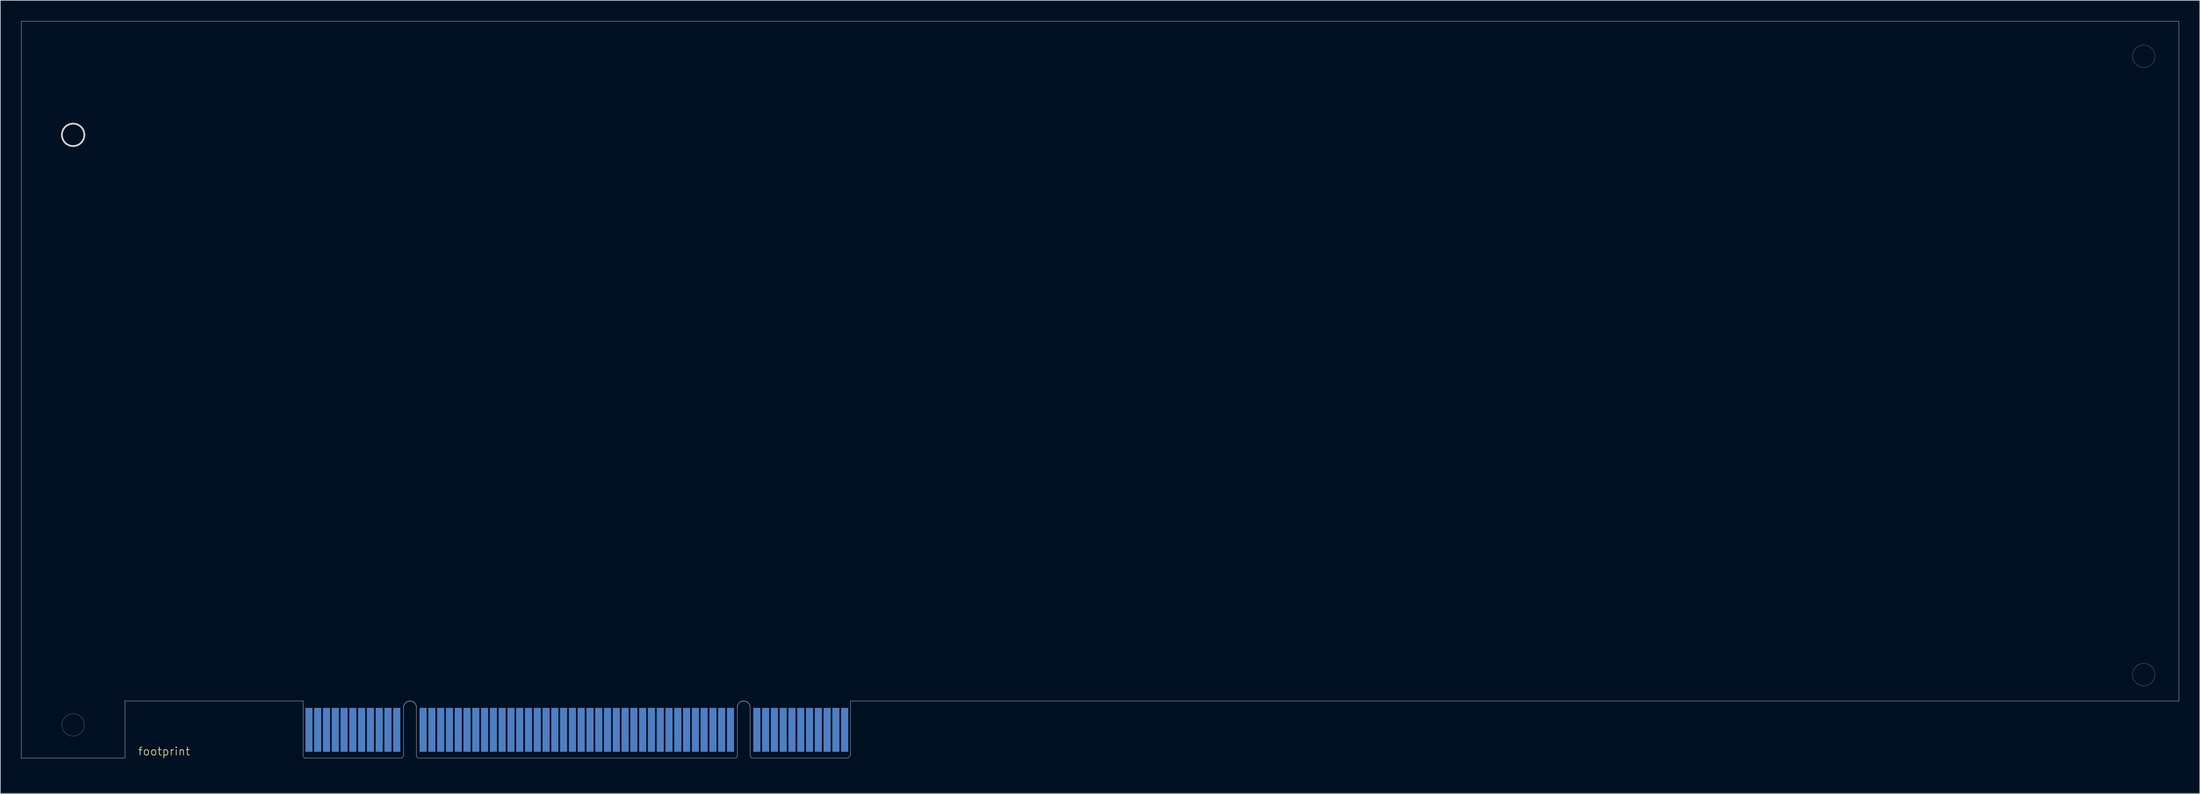
<source format=kicad_pcb>
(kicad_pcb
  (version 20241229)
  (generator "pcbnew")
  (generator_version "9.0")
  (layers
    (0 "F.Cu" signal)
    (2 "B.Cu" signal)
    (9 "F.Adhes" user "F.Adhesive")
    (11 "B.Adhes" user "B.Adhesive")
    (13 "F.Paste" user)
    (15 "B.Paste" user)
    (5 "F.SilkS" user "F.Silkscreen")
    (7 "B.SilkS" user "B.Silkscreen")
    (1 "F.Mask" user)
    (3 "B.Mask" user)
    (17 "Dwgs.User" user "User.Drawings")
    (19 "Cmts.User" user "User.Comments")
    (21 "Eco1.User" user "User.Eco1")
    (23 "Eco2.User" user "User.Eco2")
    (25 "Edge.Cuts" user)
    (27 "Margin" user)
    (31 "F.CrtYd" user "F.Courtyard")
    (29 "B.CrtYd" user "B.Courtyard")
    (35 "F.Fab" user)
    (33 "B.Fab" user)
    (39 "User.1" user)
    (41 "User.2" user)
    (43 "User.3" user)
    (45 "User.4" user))
  (footprint "footprint"
    (layer "F.Cu")
    (at 40.355 101.977)
    (property "Reference" "footprint" (at -23.495 4.445 0) (layer "F.SilkS") (effects (font (size 1.168 1.168) (thickness 0.102)) (justify left bottom)))
    (fp_line (start -0.635 6.35) (end 80.645 6.35) (stroke (width 1.016) (type solid)) (layer "F.Mask"))
    (fp_line (start 1.27 -1.905) (end 1.27 6.35) (stroke (width 1.016) (type solid)) (layer "F.Mask"))
    (fp_line (start 2.54 -1.905) (end 2.54 6.35) (stroke (width 1.016) (type solid)) (layer "F.Mask"))
    (fp_line (start 3.81 -1.905) (end 3.81 6.35) (stroke (width 1.016) (type solid)) (layer "F.Mask"))
    (fp_line (start 5.08 -1.905) (end 5.08 6.35) (stroke (width 1.016) (type solid)) (layer "F.Mask"))
    (fp_line (start 6.35 -1.905) (end 6.35 6.35) (stroke (width 1.016) (type solid)) (layer "F.Mask"))
    (fp_line (start 7.62 -1.905) (end 7.62 6.35) (stroke (width 1.016) (type solid)) (layer "F.Mask"))
    (fp_line (start 8.89 -1.905) (end 8.89 6.35) (stroke (width 1.016) (type solid)) (layer "F.Mask"))
    (fp_line (start 10.16 -1.905) (end 10.16 6.35) (stroke (width 1.016) (type solid)) (layer "F.Mask"))
    (fp_line (start 11.43 -1.905) (end 11.43 6.35) (stroke (width 1.016) (type solid)) (layer "F.Mask"))
    (fp_line (start 12.7 -1.905) (end 12.7 6.35) (stroke (width 1.016) (type solid)) (layer "F.Mask"))
    (fp_line (start 13.97 -1.905) (end 13.97 6.35) (stroke (width 1.016) (type solid)) (layer "F.Mask"))
    (fp_line (start 17.78 -1.905) (end 17.78 6.35) (stroke (width 1.016) (type solid)) (layer "F.Mask"))
    (fp_line (start 19.05 -1.905) (end 19.05 6.35) (stroke (width 1.016) (type solid)) (layer "F.Mask"))
    (fp_line (start 20.32 -1.905) (end 20.32 6.35) (stroke (width 1.016) (type solid)) (layer "F.Mask"))
    (fp_line (start 21.59 -1.905) (end 21.59 6.35) (stroke (width 1.016) (type solid)) (layer "F.Mask"))
    (fp_line (start 22.86 -1.905) (end 22.86 6.35) (stroke (width 1.016) (type solid)) (layer "F.Mask"))
    (fp_line (start 24.13 -1.905) (end 24.13 6.35) (stroke (width 1.016) (type solid)) (layer "F.Mask"))
    (fp_line (start 25.4 -1.905) (end 25.4 6.35) (stroke (width 1.016) (type solid)) (layer "F.Mask"))
    (fp_line (start 26.67 -1.905) (end 26.67 6.35) (stroke (width 1.016) (type solid)) (layer "F.Mask"))
    (fp_line (start 27.94 -1.905) (end 27.94 6.35) (stroke (width 1.016) (type solid)) (layer "F.Mask"))
    (fp_line (start 29.21 -1.905) (end 29.21 6.35) (stroke (width 1.016) (type solid)) (layer "F.Mask"))
    (fp_line (start 30.48 -1.905) (end 30.48 6.35) (stroke (width 1.016) (type solid)) (layer "F.Mask"))
    (fp_line (start 31.75 -1.905) (end 31.75 6.35) (stroke (width 1.016) (type solid)) (layer "F.Mask"))
    (fp_line (start 33.02 -1.905) (end 33.02 6.35) (stroke (width 1.016) (type solid)) (layer "F.Mask"))
    (fp_line (start 34.29 -1.905) (end 34.29 6.35) (stroke (width 1.016) (type solid)) (layer "F.Mask"))
    (fp_line (start 35.56 -1.905) (end 35.56 6.35) (stroke (width 1.016) (type solid)) (layer "F.Mask"))
    (fp_line (start 36.83 -1.905) (end 36.83 6.35) (stroke (width 1.016) (type solid)) (layer "F.Mask"))
    (fp_line (start 38.1 -1.905) (end 38.1 6.35) (stroke (width 1.016) (type solid)) (layer "F.Mask"))
    (fp_line (start 39.37 -1.905) (end 39.37 6.35) (stroke (width 1.016) (type solid)) (layer "F.Mask"))
    (fp_line (start 40.64 -1.905) (end 40.64 6.35) (stroke (width 1.016) (type solid)) (layer "F.Mask"))
    (fp_line (start 41.91 -1.905) (end 41.91 6.35) (stroke (width 1.016) (type solid)) (layer "F.Mask"))
    (fp_line (start 43.18 -1.905) (end 43.18 6.35) (stroke (width 1.016) (type solid)) (layer "F.Mask"))
    (fp_line (start 44.45 -1.905) (end 44.45 6.35) (stroke (width 1.016) (type solid)) (layer "F.Mask"))
    (fp_line (start 45.72 -1.905) (end 45.72 6.35) (stroke (width 1.016) (type solid)) (layer "F.Mask"))
    (fp_line (start 46.99 -1.905) (end 46.99 6.35) (stroke (width 1.016) (type solid)) (layer "F.Mask"))
    (fp_line (start 48.26 -1.905) (end 48.26 6.35) (stroke (width 1.016) (type solid)) (layer "F.Mask"))
    (fp_line (start 49.53 -1.905) (end 49.53 6.35) (stroke (width 1.016) (type solid)) (layer "F.Mask"))
    (fp_line (start 50.8 -1.905) (end 50.8 6.35) (stroke (width 1.016) (type solid)) (layer "F.Mask"))
    (fp_line (start 52.07 -1.905) (end 52.07 6.35) (stroke (width 1.016) (type solid)) (layer "F.Mask"))
    (fp_line (start 53.34 -1.905) (end 53.34 6.35) (stroke (width 1.016) (type solid)) (layer "F.Mask"))
    (fp_line (start 54.61 -1.905) (end 54.61 6.35) (stroke (width 1.016) (type solid)) (layer "F.Mask"))
    (fp_line (start 55.88 -1.905) (end 55.88 6.35) (stroke (width 1.016) (type solid)) (layer "F.Mask"))
    (fp_line (start 57.15 -1.905) (end 57.15 6.35) (stroke (width 1.016) (type solid)) (layer "F.Mask"))
    (fp_line (start 58.42 -1.905) (end 58.42 6.35) (stroke (width 1.016) (type solid)) (layer "F.Mask"))
    (fp_line (start 59.69 -1.905) (end 59.69 6.35) (stroke (width 1.016) (type solid)) (layer "F.Mask"))
    (fp_line (start 60.96 -1.905) (end 60.96 6.35) (stroke (width 1.016) (type solid)) (layer "F.Mask"))
    (fp_line (start 62.23 -1.905) (end 62.23 6.35) (stroke (width 1.016) (type solid)) (layer "F.Mask"))
    (fp_line (start 66.04 -1.905) (end 66.04 6.35) (stroke (width 1.016) (type solid)) (layer "F.Mask"))
    (fp_line (start 67.31 -1.905) (end 67.31 6.35) (stroke (width 1.016) (type solid)) (layer "F.Mask"))
    (fp_line (start 68.58 -1.905) (end 68.58 6.35) (stroke (width 1.016) (type solid)) (layer "F.Mask"))
    (fp_line (start 69.85 -1.905) (end 69.85 6.35) (stroke (width 1.016) (type solid)) (layer "F.Mask"))
    (fp_line (start 71.12 -1.905) (end 71.12 6.35) (stroke (width 1.016) (type solid)) (layer "F.Mask"))
    (fp_line (start 72.39 -1.905) (end 72.39 6.35) (stroke (width 1.016) (type solid)) (layer "F.Mask"))
    (fp_line (start 73.66 -1.905) (end 73.66 6.35) (stroke (width 1.016) (type solid)) (layer "F.Mask"))
    (fp_line (start 74.93 -1.905) (end 74.93 6.35) (stroke (width 1.016) (type solid)) (layer "F.Mask"))
    (fp_line (start 76.2 -1.905) (end 76.2 6.35) (stroke (width 1.016) (type solid)) (layer "F.Mask"))
    (fp_line (start 77.47 -1.905) (end 77.47 6.35) (stroke (width 1.016) (type solid)) (layer "F.Mask"))
    (fp_line (start 78.74 -1.905) (end 78.74 6.35) (stroke (width 1.016) (type solid)) (layer "F.Mask"))
    (fp_poly (pts (xy -0.762 6.858) (xy 81.153 6.858) (xy 81.153 -2.54) (xy -0.762 -2.54)) (stroke (width 0) (type solid)) (fill yes) (layer "F.Mask"))
    (fp_line (start -0.635 6.35) (end 80.645 6.35) (stroke (width 1.016) (type solid)) (layer "B.Mask"))
    (fp_line (start 1.27 -1.905) (end 1.27 6.35) (stroke (width 1.016) (type solid)) (layer "B.Mask"))
    (fp_line (start 2.54 -1.905) (end 2.54 6.35) (stroke (width 1.016) (type solid)) (layer "B.Mask"))
    (fp_line (start 3.81 -1.905) (end 3.81 6.35) (stroke (width 1.016) (type solid)) (layer "B.Mask"))
    (fp_line (start 5.08 -1.905) (end 5.08 6.35) (stroke (width 1.016) (type solid)) (layer "B.Mask"))
    (fp_line (start 6.35 -1.905) (end 6.35 6.35) (stroke (width 1.016) (type solid)) (layer "B.Mask"))
    (fp_line (start 7.62 -1.905) (end 7.62 6.35) (stroke (width 1.016) (type solid)) (layer "B.Mask"))
    (fp_line (start 8.89 -1.905) (end 8.89 6.35) (stroke (width 1.016) (type solid)) (layer "B.Mask"))
    (fp_line (start 10.16 -1.905) (end 10.16 6.35) (stroke (width 1.016) (type solid)) (layer "B.Mask"))
    (fp_line (start 11.43 -1.905) (end 11.43 6.35) (stroke (width 1.016) (type solid)) (layer "B.Mask"))
    (fp_line (start 12.7 -1.905) (end 12.7 6.35) (stroke (width 1.016) (type solid)) (layer "B.Mask"))
    (fp_line (start 13.97 -1.905) (end 13.97 6.35) (stroke (width 1.016) (type solid)) (layer "B.Mask"))
    (fp_line (start 17.78 -1.905) (end 17.78 6.35) (stroke (width 1.016) (type solid)) (layer "B.Mask"))
    (fp_line (start 19.05 -1.905) (end 19.05 6.35) (stroke (width 1.016) (type solid)) (layer "B.Mask"))
    (fp_line (start 20.32 -1.905) (end 20.32 6.35) (stroke (width 1.016) (type solid)) (layer "B.Mask"))
    (fp_line (start 21.59 -1.905) (end 21.59 6.35) (stroke (width 1.016) (type solid)) (layer "B.Mask"))
    (fp_line (start 22.86 -1.905) (end 22.86 6.35) (stroke (width 1.016) (type solid)) (layer "B.Mask"))
    (fp_line (start 24.13 -1.905) (end 24.13 6.35) (stroke (width 1.016) (type solid)) (layer "B.Mask"))
    (fp_line (start 25.4 -1.905) (end 25.4 6.35) (stroke (width 1.016) (type solid)) (layer "B.Mask"))
    (fp_line (start 26.67 -1.905) (end 26.67 6.35) (stroke (width 1.016) (type solid)) (layer "B.Mask"))
    (fp_line (start 27.94 -1.905) (end 27.94 6.35) (stroke (width 1.016) (type solid)) (layer "B.Mask"))
    (fp_line (start 29.21 -1.905) (end 29.21 6.35) (stroke (width 1.016) (type solid)) (layer "B.Mask"))
    (fp_line (start 30.48 -1.905) (end 30.48 6.35) (stroke (width 1.016) (type solid)) (layer "B.Mask"))
    (fp_line (start 31.75 -1.905) (end 31.75 6.35) (stroke (width 1.016) (type solid)) (layer "B.Mask"))
    (fp_line (start 33.02 -1.905) (end 33.02 6.35) (stroke (width 1.016) (type solid)) (layer "B.Mask"))
    (fp_line (start 34.29 -1.905) (end 34.29 6.35) (stroke (width 1.016) (type solid)) (layer "B.Mask"))
    (fp_line (start 35.56 -1.905) (end 35.56 6.35) (stroke (width 1.016) (type solid)) (layer "B.Mask"))
    (fp_line (start 36.83 -1.905) (end 36.83 6.35) (stroke (width 1.016) (type solid)) (layer "B.Mask"))
    (fp_line (start 38.1 -1.905) (end 38.1 6.35) (stroke (width 1.016) (type solid)) (layer "B.Mask"))
    (fp_line (start 39.37 -1.905) (end 39.37 6.35) (stroke (width 1.016) (type solid)) (layer "B.Mask"))
    (fp_line (start 40.64 -1.905) (end 40.64 6.35) (stroke (width 1.016) (type solid)) (layer "B.Mask"))
    (fp_line (start 41.91 -1.905) (end 41.91 6.35) (stroke (width 1.016) (type solid)) (layer "B.Mask"))
    (fp_line (start 43.18 -1.905) (end 43.18 6.35) (stroke (width 1.016) (type solid)) (layer "B.Mask"))
    (fp_line (start 44.45 -1.905) (end 44.45 6.35) (stroke (width 1.016) (type solid)) (layer "B.Mask"))
    (fp_line (start 45.72 -1.905) (end 45.72 6.35) (stroke (width 1.016) (type solid)) (layer "B.Mask"))
    (fp_line (start 46.99 -1.905) (end 46.99 6.35) (stroke (width 1.016) (type solid)) (layer "B.Mask"))
    (fp_line (start 48.26 -1.905) (end 48.26 6.35) (stroke (width 1.016) (type solid)) (layer "B.Mask"))
    (fp_line (start 49.53 -1.905) (end 49.53 6.35) (stroke (width 1.016) (type solid)) (layer "B.Mask"))
    (fp_line (start 50.8 -1.905) (end 50.8 6.35) (stroke (width 1.016) (type solid)) (layer "B.Mask"))
    (fp_line (start 52.07 -1.905) (end 52.07 6.35) (stroke (width 1.016) (type solid)) (layer "B.Mask"))
    (fp_line (start 53.34 -1.905) (end 53.34 6.35) (stroke (width 1.016) (type solid)) (layer "B.Mask"))
    (fp_line (start 54.61 -1.905) (end 54.61 6.35) (stroke (width 1.016) (type solid)) (layer "B.Mask"))
    (fp_line (start 55.88 -1.905) (end 55.88 6.35) (stroke (width 1.016) (type solid)) (layer "B.Mask"))
    (fp_line (start 57.15 -1.905) (end 57.15 6.35) (stroke (width 1.016) (type solid)) (layer "B.Mask"))
    (fp_line (start 58.42 -1.905) (end 58.42 6.35) (stroke (width 1.016) (type solid)) (layer "B.Mask"))
    (fp_line (start 59.69 -1.905) (end 59.69 6.35) (stroke (width 1.016) (type solid)) (layer "B.Mask"))
    (fp_line (start 60.96 -1.905) (end 60.96 6.35) (stroke (width 1.016) (type solid)) (layer "B.Mask"))
    (fp_line (start 62.23 -1.905) (end 62.23 6.35) (stroke (width 1.016) (type solid)) (layer "B.Mask"))
    (fp_line (start 66.04 -1.905) (end 66.04 6.35) (stroke (width 1.016) (type solid)) (layer "B.Mask"))
    (fp_line (start 67.31 -1.905) (end 67.31 6.35) (stroke (width 1.016) (type solid)) (layer "B.Mask"))
    (fp_line (start 68.58 -1.905) (end 68.58 6.35) (stroke (width 1.016) (type solid)) (layer "B.Mask"))
    (fp_line (start 69.85 -1.905) (end 69.85 6.35) (stroke (width 1.016) (type solid)) (layer "B.Mask"))
    (fp_line (start 71.12 -1.905) (end 71.12 6.35) (stroke (width 1.016) (type solid)) (layer "B.Mask"))
    (fp_line (start 72.39 -1.905) (end 72.39 6.35) (stroke (width 1.016) (type solid)) (layer "B.Mask"))
    (fp_line (start 73.66 -1.905) (end 73.66 6.35) (stroke (width 1.016) (type solid)) (layer "B.Mask"))
    (fp_line (start 74.93 -1.905) (end 74.93 6.35) (stroke (width 1.016) (type solid)) (layer "B.Mask"))
    (fp_line (start 76.2 -1.905) (end 76.2 6.35) (stroke (width 1.016) (type solid)) (layer "B.Mask"))
    (fp_line (start 77.47 -1.905) (end 77.47 6.35) (stroke (width 1.016) (type solid)) (layer "B.Mask"))
    (fp_line (start 78.74 -1.905) (end 78.74 6.35) (stroke (width 1.016) (type solid)) (layer "B.Mask"))
    (fp_poly (pts (xy -0.762 6.858) (xy 81.153 6.858) (xy 81.153 -2.54) (xy -0.762 -2.54)) (stroke (width 0) (type solid)) (fill yes) (layer "B.Mask"))
    (fp_line (start -40.33 -101.952) (end 79.58 -101.952) (stroke (width 0.05) (type solid)) (layer "Edge.Cuts"))
    (fp_line (start -40.33 4.728) (end -40.33 -101.952) (stroke (width 0.05) (type solid)) (layer "Edge.Cuts"))
    (fp_line (start -40.33 4.728) (end -40.33 4.729) (stroke (width 0.05) (type solid)) (layer "Edge.Cuts"))
    (fp_line (start -25.33 -3.532) (end -25.33 4.728) (stroke (width 0.05) (type solid)) (layer "Edge.Cuts"))
    (fp_line (start -25.33 4.728) (end -40.33 4.728) (stroke (width 0.05) (type solid)) (layer "Edge.Cuts"))
    (fp_line (start 0.44 -3.532) (end -25.33 -3.532) (stroke (width 0.05) (type solid)) (layer "Edge.Cuts"))
    (fp_line (start 0.44 4.445) (end 0.44 -3.532) (stroke (width 0.05) (type solid)) (layer "Edge.Cuts"))
    (fp_line (start 0.508 4.572) (end 0.44 4.445) (stroke (width 0.05) (type solid)) (layer "Edge.Cuts"))
    (fp_line (start 0.635 4.728) (end 0.508 4.572) (stroke (width 0.05) (type solid)) (layer "Edge.Cuts"))
    (fp_line (start 14.732 4.728) (end 0.635 4.728) (stroke (width 0.05) (type solid)) (layer "Edge.Cuts"))
    (fp_line (start 14.859 4.572) (end 14.732 4.728) (stroke (width 0.05) (type solid)) (layer "Edge.Cuts"))
    (fp_line (start 14.952 -2.605) (end 14.953 -2.605) (stroke (width 0.05) (type solid)) (layer "Edge.Cuts"))
    (fp_line (start 14.953 -2.605) (end 14.953 4.445) (stroke (width 0.05) (type solid)) (layer "Edge.Cuts"))
    (fp_line (start 14.953 4.445) (end 14.859 4.572) (stroke (width 0.05) (type solid)) (layer "Edge.Cuts"))
    (fp_line (start 16.807 -2.605) (end 16.807 4.445) (stroke (width 0.05) (type solid)) (layer "Edge.Cuts"))
    (fp_line (start 16.807 4.445) (end 16.891 4.572) (stroke (width 0.05) (type solid)) (layer "Edge.Cuts"))
    (fp_line (start 17.018 4.728) (end 16.891 4.572) (stroke (width 0.05) (type solid)) (layer "Edge.Cuts"))
    (fp_line (start 62.992 4.728) (end 17.018 4.728) (stroke (width 0.05) (type solid)) (layer "Edge.Cuts"))
    (fp_line (start 63.119 4.572) (end 62.992 4.728) (stroke (width 0.05) (type solid)) (layer "Edge.Cuts"))
    (fp_line (start 63.213 -2.605) (end 63.213 4.445) (stroke (width 0.05) (type solid)) (layer "Edge.Cuts"))
    (fp_line (start 63.213 4.445) (end 63.119 4.572) (stroke (width 0.05) (type solid)) (layer "Edge.Cuts"))
    (fp_line (start 65.067 -2.605) (end 65.067 4.445) (stroke (width 0.05) (type solid)) (layer "Edge.Cuts"))
    (fp_line (start 65.067 4.445) (end 65.151 4.572) (stroke (width 0.05) (type solid)) (layer "Edge.Cuts"))
    (fp_line (start 65.151 4.572) (end 65.278 4.728) (stroke (width 0.05) (type solid)) (layer "Edge.Cuts"))
    (fp_line (start 65.278 4.728) (end 79.248 4.728) (stroke (width 0.05) (type solid)) (layer "Edge.Cuts"))
    (fp_line (start 79.248 4.728) (end 79.375 4.572) (stroke (width 0.05) (type solid)) (layer "Edge.Cuts"))
    (fp_line (start 79.375 4.572) (end 79.58 4.318) (stroke (width 0.05) (type solid)) (layer "Edge.Cuts"))
    (fp_line (start 79.58 4.318) (end 79.58 -3.532) (stroke (width 0.05) (type solid)) (layer "Edge.Cuts"))
    (fp_line (start 79.581 -3.533) (end 271.671 -3.533) (stroke (width 0.05) (type solid)) (layer "Edge.Cuts"))
    (fp_line (start 271.671 -101.952) (end 79.581 -101.952) (stroke (width 0.05) (type solid)) (layer "Edge.Cuts"))
    (fp_line (start 271.671 -3.533) (end 271.671 -101.952) (stroke (width 0.05) (type solid)) (layer "Edge.Cuts"))
    (fp_arc (start 14.952 -2.605) (mid 15.8791 -3.5321) (end 16.8062 -2.605) (stroke (width 0.05) (type solid)) (layer "Edge.Cuts"))
    (fp_arc (start 14.953 -2.605) (mid 15.88 -3.532) (end 16.807 -2.605) (stroke (width 0.05) (type solid)) (layer "Edge.Cuts"))
    (fp_arc (start 63.213 -2.605) (mid 64.14 -3.532) (end 65.067 -2.605) (stroke (width 0.05) (type solid)) (layer "Edge.Cuts"))
    (fp_arc (start 63.213 -2.605) (mid 64.1401 -3.5321) (end 65.0672 -2.605) (stroke (width 0.05) (type solid)) (layer "Edge.Cuts"))
    (fp_circle (center -32.83 -85.502) (end -31.207 -85.502) (stroke (width 0.254) (type solid)) (fill no) (layer "Edge.Cuts"))
    (fp_circle (center -32.83 -85.502) (end -31.207 -85.502) (stroke (width 0.025) (type solid)) (fill no) (layer "Edge.Cuts"))
    (fp_circle (center -32.83 -0.072) (end -31.207 -0.072) (stroke (width 0.025) (type solid)) (fill no) (layer "Edge.Cuts"))
    (fp_circle (center 266.591 -7.343) (end 268.214 -7.343) (stroke (width 0.025) (type solid)) (fill no) (layer "Edge.Cuts"))
    (fp_circle (center 266.591 -96.872) (end 268.214 -96.872) (stroke (width 0.025) (type solid)) (fill no) (layer "Edge.Cuts"))
    (pad "A1" smd rect (at 1.27 0.643) (size 1.016 6.35) (layers "B.Cu" "B.Mask"))
    (pad "A2" smd rect (at 2.54 0.643) (size 1.016 6.35) (layers "B.Cu" "B.Mask"))
    (pad "A3" smd rect (at 3.81 0.643) (size 1.016 6.35) (layers "B.Cu" "B.Mask"))
    (pad "A4" smd rect (at 5.08 0.643) (size 1.016 6.35) (layers "B.Cu" "B.Mask"))
    (pad "A5" smd rect (at 6.35 0.643) (size 1.016 6.35) (layers "B.Cu" "B.Mask"))
    (pad "A6" smd rect (at 7.62 0.643) (size 1.016 6.35) (layers "B.Cu" "B.Mask"))
    (pad "A7" smd rect (at 8.89 0.643) (size 1.016 6.35) (layers "B.Cu" "B.Mask"))
    (pad "A8" smd rect (at 10.16 0.643) (size 1.016 6.35) (layers "B.Cu" "B.Mask"))
    (pad "A9" smd rect (at 11.43 0.643) (size 1.016 6.35) (layers "B.Cu" "B.Mask"))
    (pad "A10" smd rect (at 12.7 0.643) (size 1.016 6.35) (layers "B.Cu" "B.Mask"))
    (pad "A11" smd rect (at 13.97 0.643) (size 1.016 6.35) (layers "B.Cu" "B.Mask"))
    (pad "A14" smd rect (at 17.78 0.643) (size 1.016 6.35) (layers "B.Cu" "B.Mask"))
    (pad "A15" smd rect (at 19.05 0.643) (size 1.016 6.35) (layers "B.Cu" "B.Mask"))
    (pad "A16" smd rect (at 20.32 0.643) (size 1.016 6.35) (layers "B.Cu" "B.Mask"))
    (pad "A17" smd rect (at 21.59 0.643) (size 1.016 6.35) (layers "B.Cu" "B.Mask"))
    (pad "A18" smd rect (at 22.86 0.643) (size 1.016 6.35) (layers "B.Cu" "B.Mask"))
    (pad "A19" smd rect (at 24.13 0.643) (size 1.016 6.35) (layers "B.Cu" "B.Mask"))
    (pad "A20" smd rect (at 25.4 0.643) (size 1.016 6.35) (layers "B.Cu" "B.Mask"))
    (pad "A21" smd rect (at 26.67 0.643) (size 1.016 6.35) (layers "B.Cu" "B.Mask"))
    (pad "A22" smd rect (at 27.94 0.643) (size 1.016 6.35) (layers "B.Cu" "B.Mask"))
    (pad "A23" smd rect (at 29.21 0.643) (size 1.016 6.35) (layers "B.Cu" "B.Mask"))
    (pad "A24" smd rect (at 30.48 0.643) (size 1.016 6.35) (layers "B.Cu" "B.Mask"))
    (pad "A25" smd rect (at 31.75 0.643) (size 1.016 6.35) (layers "B.Cu" "B.Mask"))
    (pad "A26" smd rect (at 33.02 0.643) (size 1.016 6.35) (layers "B.Cu" "B.Mask"))
    (pad "A27" smd rect (at 34.29 0.643) (size 1.016 6.35) (layers "B.Cu" "B.Mask"))
    (pad "A28" smd rect (at 35.56 0.643) (size 1.016 6.35) (layers "B.Cu" "B.Mask"))
    (pad "A29" smd rect (at 36.83 0.643) (size 1.016 6.35) (layers "B.Cu" "B.Mask"))
    (pad "A30" smd rect (at 38.1 0.643) (size 1.016 6.35) (layers "B.Cu" "B.Mask"))
    (pad "A31" smd rect (at 39.37 0.643) (size 1.016 6.35) (layers "B.Cu" "B.Mask"))
    (pad "A32" smd rect (at 40.64 0.643) (size 1.016 6.35) (layers "B.Cu" "B.Mask"))
    (pad "A33" smd rect (at 41.91 0.643) (size 1.016 6.35) (layers "B.Cu" "B.Mask"))
    (pad "A34" smd rect (at 43.18 0.643) (size 1.016 6.35) (layers "B.Cu" "B.Mask"))
    (pad "A35" smd rect (at 44.45 0.643) (size 1.016 6.35) (layers "B.Cu" "B.Mask"))
    (pad "A36" smd rect (at 45.72 0.643) (size 1.016 6.35) (layers "B.Cu" "B.Mask"))
    (pad "A37" smd rect (at 46.99 0.643) (size 1.016 6.35) (layers "B.Cu" "B.Mask"))
    (pad "A38" smd rect (at 48.26 0.643) (size 1.016 6.35) (layers "B.Cu" "B.Mask"))
    (pad "A39" smd rect (at 49.53 0.643) (size 1.016 6.35) (layers "B.Cu" "B.Mask"))
    (pad "A40" smd rect (at 50.8 0.643) (size 1.016 6.35) (layers "B.Cu" "B.Mask"))
    (pad "A41" smd rect (at 52.07 0.643) (size 1.016 6.35) (layers "B.Cu" "B.Mask"))
    (pad "A42" smd rect (at 53.34 0.643) (size 1.016 6.35) (layers "B.Cu" "B.Mask"))
    (pad "A43" smd rect (at 54.61 0.643) (size 1.016 6.35) (layers "B.Cu" "B.Mask"))
    (pad "A44" smd rect (at 55.88 0.643) (size 1.016 6.35) (layers "B.Cu" "B.Mask"))
    (pad "A45" smd rect (at 57.15 0.643) (size 1.016 6.35) (layers "B.Cu" "B.Mask"))
    (pad "A46" smd rect (at 58.42 0.643) (size 1.016 6.35) (layers "B.Cu" "B.Mask"))
    (pad "A47" smd rect (at 59.69 0.643) (size 1.016 6.35) (layers "B.Cu" "B.Mask"))
    (pad "A48" smd rect (at 60.96 0.643) (size 1.016 6.35) (layers "B.Cu" "B.Mask"))
    (pad "A49" smd rect (at 62.23 0.643) (size 1.016 6.35) (layers "B.Cu" "B.Mask"))
    (pad "A52" smd rect (at 66.04 0.643) (size 1.016 6.35) (layers "B.Cu" "B.Mask"))
    (pad "A53" smd rect (at 67.31 0.643) (size 1.016 6.35) (layers "B.Cu" "B.Mask"))
    (pad "A54" smd rect (at 68.58 0.643) (size 1.016 6.35) (layers "B.Cu" "B.Mask"))
    (pad "A55" smd rect (at 69.85 0.643) (size 1.016 6.35) (layers "B.Cu" "B.Mask"))
    (pad "A56" smd rect (at 71.12 0.643) (size 1.016 6.35) (layers "B.Cu" "B.Mask"))
    (pad "A57" smd rect (at 72.39 0.643) (size 1.016 6.35) (layers "B.Cu" "B.Mask"))
    (pad "A58" smd rect (at 73.66 0.643) (size 1.016 6.35) (layers "B.Cu" "B.Mask"))
    (pad "A59" smd rect (at 74.93 0.643) (size 1.016 6.35) (layers "B.Cu" "B.Mask"))
    (pad "A60" smd rect (at 76.2 0.643) (size 1.016 6.35) (layers "B.Cu" "B.Mask"))
    (pad "A61" smd rect (at 77.47 0.643) (size 1.016 6.35) (layers "B.Cu" "B.Mask"))
    (pad "A62" smd rect (at 78.74 0.643) (size 1.016 6.35) (layers "B.Cu" "B.Mask"))
    (pad "B1" smd rect (at 1.27 0.643) (size 1.016 6.35) (layers "F.Cu" "F.Mask"))
    (pad "B2" smd rect (at 2.54 0.643) (size 1.016 6.35) (layers "F.Cu" "F.Mask"))
    (pad "B3" smd rect (at 3.81 0.643) (size 1.016 6.35) (layers "F.Cu" "F.Mask"))
    (pad "B4" smd rect (at 5.08 0.643) (size 1.016 6.35) (layers "F.Cu" "F.Mask"))
    (pad "B5" smd rect (at 6.35 0.643) (size 1.016 6.35) (layers "F.Cu" "F.Mask"))
    (pad "B6" smd rect (at 7.62 0.643) (size 1.016 6.35) (layers "F.Cu" "F.Mask"))
    (pad "B7" smd rect (at 8.89 0.643) (size 1.016 6.35) (layers "F.Cu" "F.Mask"))
    (pad "B8" smd rect (at 10.16 0.643) (size 1.016 6.35) (layers "F.Cu" "F.Mask"))
    (pad "B9" smd rect (at 11.43 0.643) (size 1.016 6.35) (layers "F.Cu" "F.Mask"))
    (pad "B10" smd rect (at 12.7 0.643) (size 1.016 6.35) (layers "F.Cu" "F.Mask"))
    (pad "B11" smd rect (at 13.97 0.643) (size 1.016 6.35) (layers "F.Cu" "F.Mask"))
    (pad "B14" smd rect (at 17.78 0.643) (size 1.016 6.35) (layers "F.Cu" "F.Mask"))
    (pad "B15" smd rect (at 19.05 0.643) (size 1.016 6.35) (layers "F.Cu" "F.Mask"))
    (pad "B16" smd rect (at 20.32 0.643) (size 1.016 6.35) (layers "F.Cu" "F.Mask"))
    (pad "B17" smd rect (at 21.59 0.643) (size 1.016 6.35) (layers "F.Cu" "F.Mask"))
    (pad "B18" smd rect (at 22.86 0.643) (size 1.016 6.35) (layers "F.Cu" "F.Mask"))
    (pad "B19" smd rect (at 24.13 0.643) (size 1.016 6.35) (layers "F.Cu" "F.Mask"))
    (pad "B20" smd rect (at 25.4 0.643) (size 1.016 6.35) (layers "F.Cu" "F.Mask"))
    (pad "B21" smd rect (at 26.67 0.643) (size 1.016 6.35) (layers "F.Cu" "F.Mask"))
    (pad "B22" smd rect (at 27.94 0.643) (size 1.016 6.35) (layers "F.Cu" "F.Mask"))
    (pad "B23" smd rect (at 29.21 0.643) (size 1.016 6.35) (layers "F.Cu" "F.Mask"))
    (pad "B24" smd rect (at 30.48 0.643) (size 1.016 6.35) (layers "F.Cu" "F.Mask"))
    (pad "B25" smd rect (at 31.75 0.643) (size 1.016 6.35) (layers "F.Cu" "F.Mask"))
    (pad "B26" smd rect (at 33.02 0.643) (size 1.016 6.35) (layers "F.Cu" "F.Mask"))
    (pad "B27" smd rect (at 34.29 0.643) (size 1.016 6.35) (layers "F.Cu" "F.Mask"))
    (pad "B28" smd rect (at 35.56 0.643) (size 1.016 6.35) (layers "F.Cu" "F.Mask"))
    (pad "B29" smd rect (at 36.83 0.643) (size 1.016 6.35) (layers "F.Cu" "F.Mask"))
    (pad "B30" smd rect (at 38.1 0.643) (size 1.016 6.35) (layers "F.Cu" "F.Mask"))
    (pad "B31" smd rect (at 39.37 0.643) (size 1.016 6.35) (layers "F.Cu" "F.Mask"))
    (pad "B32" smd rect (at 40.64 0.643) (size 1.016 6.35) (layers "F.Cu" "F.Mask"))
    (pad "B33" smd rect (at 41.91 0.643) (size 1.016 6.35) (layers "F.Cu" "F.Mask"))
    (pad "B34" smd rect (at 43.18 0.643) (size 1.016 6.35) (layers "F.Cu" "F.Mask"))
    (pad "B35" smd rect (at 44.45 0.643) (size 1.016 6.35) (layers "F.Cu" "F.Mask"))
    (pad "B36" smd rect (at 45.72 0.643) (size 1.016 6.35) (layers "F.Cu" "F.Mask"))
    (pad "B37" smd rect (at 46.99 0.643) (size 1.016 6.35) (layers "F.Cu" "F.Mask"))
    (pad "B38" smd rect (at 48.26 0.643) (size 1.016 6.35) (layers "F.Cu" "F.Mask"))
    (pad "B39" smd rect (at 49.53 0.643) (size 1.016 6.35) (layers "F.Cu" "F.Mask"))
    (pad "B40" smd rect (at 50.8 0.643) (size 1.016 6.35) (layers "F.Cu" "F.Mask"))
    (pad "B41" smd rect (at 52.07 0.643) (size 1.016 6.35) (layers "F.Cu" "F.Mask"))
    (pad "B42" smd rect (at 53.34 0.643) (size 1.016 6.35) (layers "F.Cu" "F.Mask"))
    (pad "B43" smd rect (at 54.61 0.643) (size 1.016 6.35) (layers "F.Cu" "F.Mask"))
    (pad "B44" smd rect (at 55.88 0.643) (size 1.016 6.35) (layers "F.Cu" "F.Mask"))
    (pad "B45" smd rect (at 57.15 0.643) (size 1.016 6.35) (layers "F.Cu" "F.Mask"))
    (pad "B46" smd rect (at 58.42 0.643) (size 1.016 6.35) (layers "F.Cu" "F.Mask"))
    (pad "B47" smd rect (at 59.69 0.643) (size 1.016 6.35) (layers "F.Cu" "F.Mask"))
    (pad "B48" smd rect (at 60.96 0.643) (size 1.016 6.35) (layers "F.Cu" "F.Mask"))
    (pad "B49" smd rect (at 62.23 0.643) (size 1.016 6.35) (layers "F.Cu" "F.Mask"))
    (pad "B52" smd rect (at 66.04 0.643) (size 1.016 6.35) (layers "F.Cu" "F.Mask"))
    (pad "B53" smd rect (at 67.31 0.643) (size 1.016 6.35) (layers "F.Cu" "F.Mask"))
    (pad "B54" smd rect (at 68.58 0.643) (size 1.016 6.35) (layers "F.Cu" "F.Mask"))
    (pad "B55" smd rect (at 69.85 0.643) (size 1.016 6.35) (layers "F.Cu" "F.Mask"))
    (pad "B56" smd rect (at 71.12 0.643) (size 1.016 6.35) (layers "F.Cu" "F.Mask"))
    (pad "B57" smd rect (at 72.39 0.643) (size 1.016 6.35) (layers "F.Cu" "F.Mask"))
    (pad "B58" smd rect (at 73.66 0.643) (size 1.016 6.35) (layers "F.Cu" "F.Mask"))
    (pad "B59" smd rect (at 74.93 0.643) (size 1.016 6.35) (layers "F.Cu" "F.Mask"))
    (pad "B60" smd rect (at 76.2 0.643) (size 1.016 6.35) (layers "F.Cu" "F.Mask"))
    (pad "B61" smd rect (at 77.47 0.643) (size 1.016 6.35) (layers "F.Cu" "F.Mask"))
    (pad "B62" smd rect (at 78.74 0.643) (size 1.016 6.35) (layers "F.Cu" "F.Mask")))
  (gr_rect
    (start -3 -3)
    (end 315.051 111.835)
    (stroke (width 0.1) (type default))
    (fill no)
    (layer "Edge.Cuts")))
</source>
